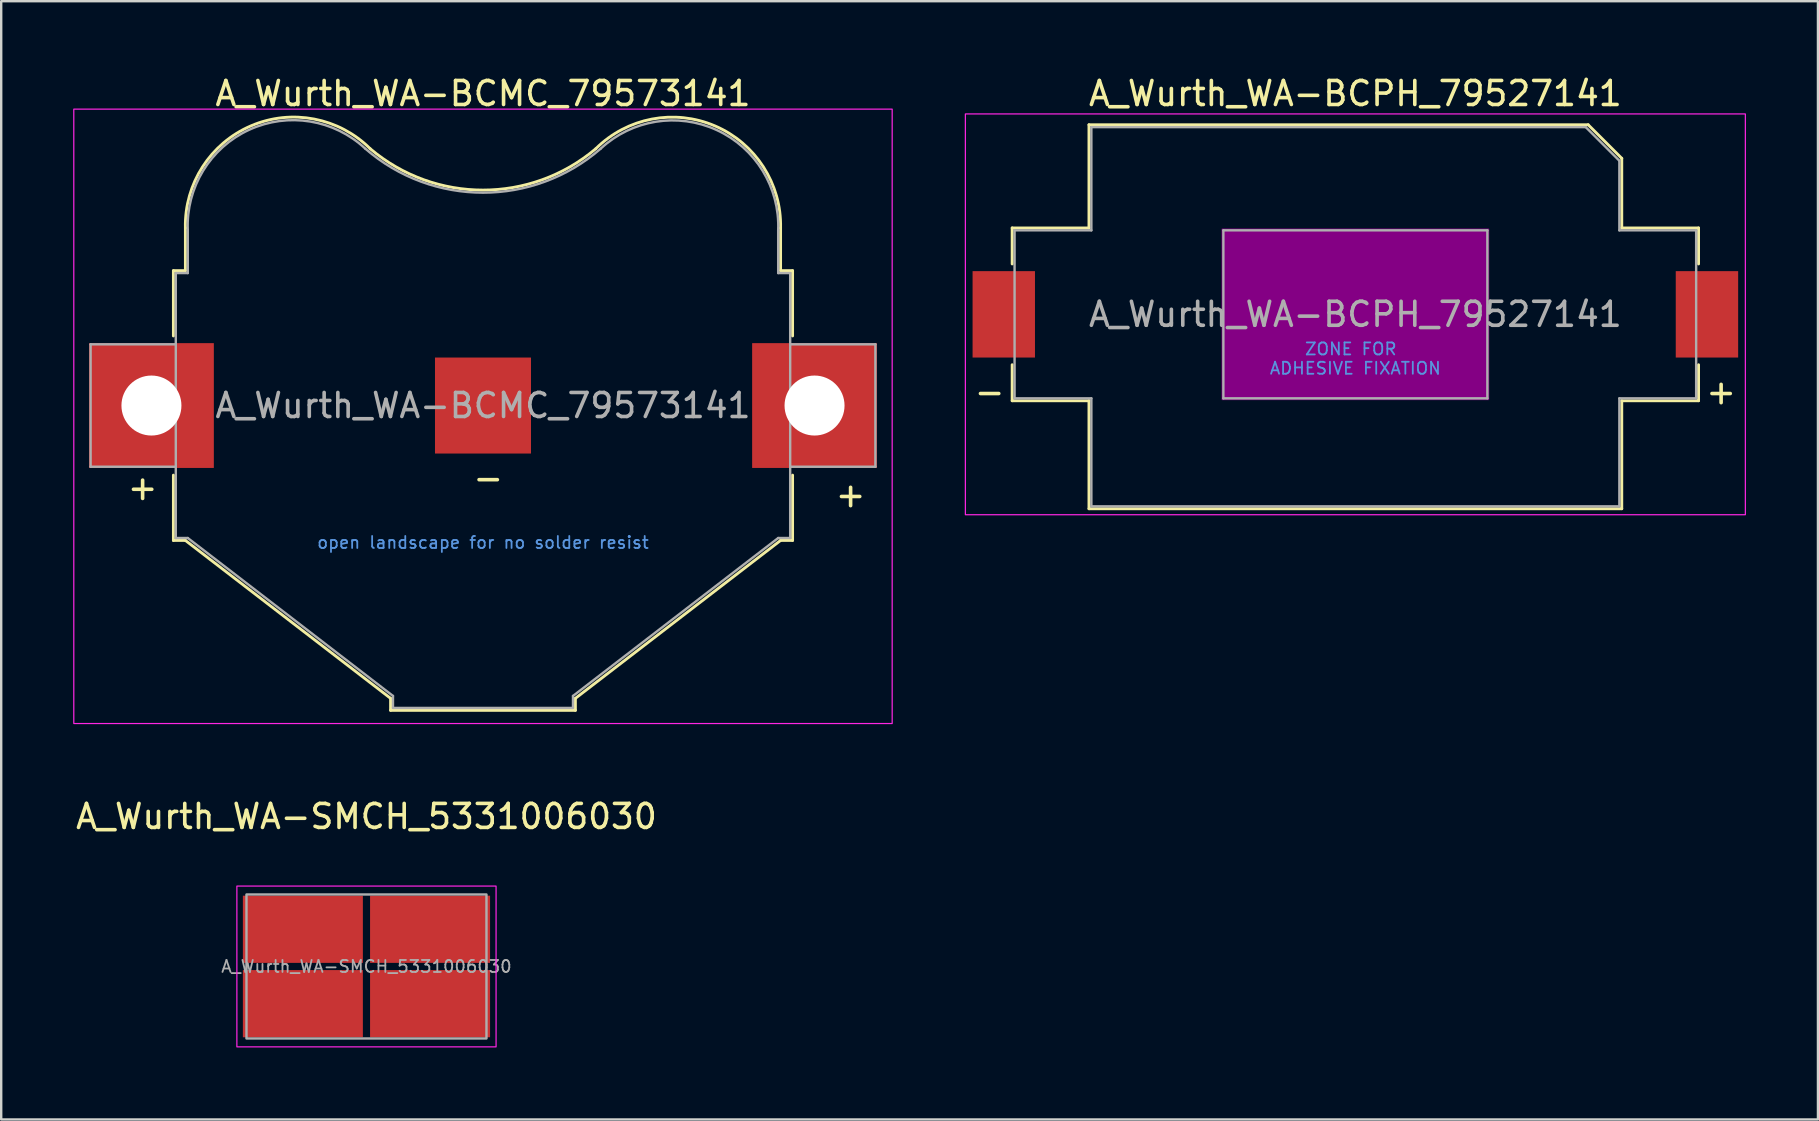
<source format=kicad_pcb>
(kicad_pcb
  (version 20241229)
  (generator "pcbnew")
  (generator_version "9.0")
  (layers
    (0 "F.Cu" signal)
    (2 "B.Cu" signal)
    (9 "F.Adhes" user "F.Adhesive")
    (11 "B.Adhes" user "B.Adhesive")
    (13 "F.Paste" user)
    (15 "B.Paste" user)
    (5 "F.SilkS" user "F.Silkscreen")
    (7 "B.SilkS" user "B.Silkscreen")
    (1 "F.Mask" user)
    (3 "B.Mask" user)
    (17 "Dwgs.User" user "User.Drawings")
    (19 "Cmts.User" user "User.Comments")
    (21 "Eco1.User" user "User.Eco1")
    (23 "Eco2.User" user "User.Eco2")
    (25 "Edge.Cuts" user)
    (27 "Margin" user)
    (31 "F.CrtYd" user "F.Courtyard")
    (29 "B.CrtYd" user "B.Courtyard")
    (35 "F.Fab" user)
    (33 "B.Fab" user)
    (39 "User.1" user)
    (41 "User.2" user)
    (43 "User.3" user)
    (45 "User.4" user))
  (footprint "A_Wurth_WA-BCMC_79573141"
    (layer "F.Cu")
    (at 17.075 13.848)
    (property "Reference" "A_Wurth_WA-BCMC_79573141" (at 0 -13 0) (unlocked yes) (layer "F.SilkS") (effects (font (size 1 1) (thickness 0.15))))
    (attr smd)
    (fp_poly (pts (xy -7.509 -11.923) (xy -7.504 -11.923) (xy -7.092 -11.866) (xy -7.087 -11.865) (xy -6.682 -11.769) (xy -6.678 -11.767) (xy -6.283 -11.633) (xy -6.279 -11.632) (xy -5.899 -11.461) (xy -5.895 -11.459) (xy -5.533 -11.253) (xy -5.529 -11.25) (xy -5.188 -11.011) (xy -5.184 -11.008) (xy -4.869 -10.739) (xy -4.018 -10.101) (xy -3.562 -9.83) (xy -3.088 -9.593) (xy -2.598 -9.389) (xy -2.094 -9.222) (xy -1.58 -9.09) (xy -1.058 -8.996) (xy -0.53 -8.939) (xy 0 -8.92) (xy 0.53 -8.939) (xy 1.058 -8.996) (xy 1.58 -9.09) (xy 2.094 -9.222) (xy 2.598 -9.389) (xy 3.088 -9.593) (xy 3.562 -9.83) (xy 4.019 -10.101) (xy 4.454 -10.404) (xy 4.869 -10.739) (xy 4.865 -10.735) (xy 4.87 -10.74) (xy 5.531 -11.248) (xy 5.896 -11.454) (xy 5.9 -11.456) (xy 6.28 -11.626) (xy 6.284 -11.627) (xy 6.678 -11.76) (xy 6.683 -11.761) (xy 7.087 -11.856) (xy 7.092 -11.857) (xy 7.504 -11.914) (xy 7.508 -11.914) (xy 7.924 -11.931) (xy 7.929 -11.931) (xy 8.344 -11.909) (xy 8.348 -11.909) (xy 8.76 -11.848) (xy 8.764 -11.847) (xy 9.168 -11.747) (xy 9.172 -11.746) (xy 9.565 -11.609) (xy 9.569 -11.607) (xy 9.947 -11.434) (xy 9.951 -11.431) (xy 10.311 -11.223) (xy 10.315 -11.22) (xy 10.653 -10.979) (xy 10.657 -10.976) (xy 10.971 -10.704) (xy 10.974 -10.701) (xy 11.262 -10.4) (xy 11.265 -10.396) (xy 11.522 -10.07) (xy 11.525 -10.066) (xy 11.75 -9.717) (xy 11.753 -9.713) (xy 11.944 -9.344) (xy 11.946 -9.34) (xy 12.102 -8.954) (xy 12.104 -8.95) (xy 12.222 -8.551) (xy 12.224 -8.547) (xy 12.304 -8.139) (xy 12.305 -8.134) (xy 12.347 -7.721) (xy 12.347 -7.716) (xy 12.35 -7.35) (xy 12.35 -7.35) (xy 12.35 -7.3) (xy 12.35 -7.25) (xy 12.35 -7.25) (xy 12.35 -5.57) (xy 12.85 -5.57) (xy 12.85 5.57) (xy 12.317 5.57) (xy 3.8 12.125) (xy 3.8 12.65) (xy -3.8 12.65) (xy -3.8 12.125) (xy -12.317 5.57) (xy -12.85 5.57) (xy -12.85 -5.57) (xy -12.35 -5.57) (xy -12.35 -7.3) (xy -12.349 -7.717) (xy -12.349 -7.721) (xy -12.308 -8.136) (xy -12.307 -8.14) (xy -12.228 -8.549) (xy -12.227 -8.554) (xy -12.109 -8.953) (xy -12.107 -8.958) (xy -11.952 -9.344) (xy -11.95 -9.348) (xy -11.759 -9.718) (xy -11.757 -9.722) (xy -11.531 -10.073) (xy -11.529 -10.077) (xy -11.271 -10.404) (xy -11.268 -10.408) (xy -10.981 -10.709) (xy -10.977 -10.712) (xy -10.663 -10.985) (xy -10.659 -10.988) (xy -10.32 -11.23) (xy -10.316 -11.233) (xy -9.956 -11.442) (xy -9.952 -11.444) (xy -9.574 -11.618) (xy -9.569 -11.62) (xy -9.176 -11.757) (xy -9.172 -11.758) (xy -8.767 -11.858) (xy -8.763 -11.859) (xy -8.351 -11.919) (xy -8.346 -11.92) (xy -7.93 -11.941) (xy -7.925 -11.941)) (stroke (width 0) (type default)) (fill yes) (layer "F.Mask"))
    (fp_line (start -12.9 -5.62) (end -12.4 -5.62) (stroke (width 0.12) (type solid)) (layer "F.SilkS"))
    (fp_line (start -12.9 -2.9) (end -12.9 -5.62) (stroke (width 0.12) (type solid)) (layer "F.SilkS"))
    (fp_line (start -12.9 2.9) (end -12.9 5.62) (stroke (width 0.12) (type solid)) (layer "F.SilkS"))
    (fp_line (start -12.9 5.62) (end -12.4 5.62) (stroke (width 0.12) (type solid)) (layer "F.SilkS"))
    (fp_line (start -12.4 -5.62) (end -12.4 -7.4) (stroke (width 0.12) (type solid)) (layer "F.SilkS"))
    (fp_line (start -12.4 5.62) (end -3.85 12.2) (stroke (width 0.12) (type solid)) (layer "F.SilkS"))
    (fp_line (start -3.85 12.2) (end -3.85 12.7) (stroke (width 0.12) (type solid)) (layer "F.SilkS"))
    (fp_line (start -3.85 12.7) (end 3.85 12.7) (stroke (width 0.12) (type solid)) (layer "F.SilkS"))
    (fp_line (start 3.85 12.2) (end 12.4 5.62) (stroke (width 0.12) (type solid)) (layer "F.SilkS"))
    (fp_line (start 3.85 12.7) (end 3.85 12.2) (stroke (width 0.12) (type solid)) (layer "F.SilkS"))
    (fp_line (start 12.4 -5.62) (end 12.4 -7.4) (stroke (width 0.12) (type solid)) (layer "F.SilkS"))
    (fp_line (start 12.4 5.62) (end 12.9 5.62) (stroke (width 0.12) (type solid)) (layer "F.SilkS"))
    (fp_line (start 12.9 -5.62) (end 12.4 -5.62) (stroke (width 0.12) (type solid)) (layer "F.SilkS"))
    (fp_line (start 12.9 -2.9) (end 12.9 -5.62) (stroke (width 0.12) (type solid)) (layer "F.SilkS"))
    (fp_line (start 12.9 5.62) (end 12.9 2.9) (stroke (width 0.12) (type solid)) (layer "F.SilkS"))
    (fp_arc (start -12.4 -7.4) (mid -9.665801 -11.653537) (end -4.699999 -10.7) (stroke (width 0.12) (type solid)) (layer "F.SilkS"))
    (fp_arc (start 4.699998 -10.699999) (mid 9.664767 -11.651127) (end 12.4 -7.4) (stroke (width 0.12) (type solid)) (layer "F.SilkS"))
    (fp_arc (start 4.699999 -10.699999) (mid -0.000001 -8.977277) (end -4.7 -10.7) (stroke (width 0.12) (type solid)) (layer "F.SilkS"))
    (fp_rect (start -17.05 -12.35) (end 17.05 13.25) (stroke (width 0.05) (type default)) (fill no) (layer "F.CrtYd"))
    (fp_line (start -16.35 -2.55) (end -12.8 -2.55) (stroke (width 0.1) (type solid)) (layer "F.Fab"))
    (fp_line (start -16.35 2.55) (end -16.35 -2.55) (stroke (width 0.1) (type solid)) (layer "F.Fab"))
    (fp_line (start -12.8 -5.52) (end -12.8 -2.55) (stroke (width 0.1) (type solid)) (layer "F.Fab"))
    (fp_line (start -12.8 -5.52) (end -12.3 -5.52) (stroke (width 0.1) (type solid)) (layer "F.Fab"))
    (fp_line (start -12.8 -2.55) (end -12.8 2.55) (stroke (width 0.1) (type solid)) (layer "F.Fab"))
    (fp_line (start -12.8 2.55) (end -16.35 2.55) (stroke (width 0.1) (type solid)) (layer "F.Fab"))
    (fp_line (start -12.8 2.55) (end -12.8 5.52) (stroke (width 0.1) (type solid)) (layer "F.Fab"))
    (fp_line (start -12.8 5.52) (end -12.3 5.52) (stroke (width 0.1) (type solid)) (layer "F.Fab"))
    (fp_line (start -12.3 -5.52) (end -12.3 -7.3) (stroke (width 0.1) (type solid)) (layer "F.Fab"))
    (fp_line (start -3.75 12.1) (end -12.3 5.52) (stroke (width 0.1) (type solid)) (layer "F.Fab"))
    (fp_line (start -3.75 12.6) (end -3.75 12.1) (stroke (width 0.1) (type solid)) (layer "F.Fab"))
    (fp_line (start -3.75 12.6) (end 3.75 12.6) (stroke (width 0.1) (type solid)) (layer "F.Fab"))
    (fp_line (start 3.75 12.1) (end 12.3 5.52) (stroke (width 0.1) (type solid)) (layer "F.Fab"))
    (fp_line (start 3.75 12.6) (end 3.75 12.1) (stroke (width 0.1) (type solid)) (layer "F.Fab"))
    (fp_line (start 12.3 -5.52) (end 12.3 -7.3) (stroke (width 0.1) (type solid)) (layer "F.Fab"))
    (fp_line (start 12.3 -5.52) (end 12.8 -5.52) (stroke (width 0.1) (type solid)) (layer "F.Fab"))
    (fp_line (start 12.3 5.52) (end 12.8 5.52) (stroke (width 0.1) (type solid)) (layer "F.Fab"))
    (fp_line (start 12.8 -5.52) (end 12.8 -2.55) (stroke (width 0.1) (type solid)) (layer "F.Fab"))
    (fp_line (start 12.8 -2.55) (end 12.8 2.55) (stroke (width 0.1) (type solid)) (layer "F.Fab"))
    (fp_line (start 12.8 -2.55) (end 16.35 -2.55) (stroke (width 0.1) (type solid)) (layer "F.Fab"))
    (fp_line (start 12.8 2.55) (end 12.8 5.52) (stroke (width 0.1) (type solid)) (layer "F.Fab"))
    (fp_line (start 16.35 -2.55) (end 16.35 2.55) (stroke (width 0.1) (type solid)) (layer "F.Fab"))
    (fp_line (start 16.35 2.55) (end 12.8 2.55) (stroke (width 0.1) (type solid)) (layer "F.Fab"))
    (fp_arc (start -12.3 -7.3) (mid -9.744021 -11.489931) (end -4.899998 -10.7) (stroke (width 0.1) (type solid)) (layer "F.Fab"))
    (fp_arc (start 4.899999 -10.7) (mid 9.739174 -11.479381) (end 12.3 -7.3) (stroke (width 0.1) (type solid)) (layer "F.Fab"))
    (fp_arc (start 4.9 -10.7) (mid 0.000001 -8.870025) (end -4.899999 -10.699999) (stroke (width 0.1) (type solid)) (layer "F.Fab"))
    (fp_text user "+" (at 14.6 4.3 0) (layer "F.SilkS") (effects (font (size 1 1) (thickness 0.15)) (justify left bottom)))
    (fp_text user "+" (at -14.9 4 0) (layer "F.SilkS") (effects (font (size 1 1) (thickness 0.15)) (justify left bottom)))
    (fp_text user "-" (at -0.5 3.6 0) (layer "F.SilkS") (effects (font (size 1 1) (thickness 0.15)) (justify left bottom)))
    (fp_text user "open landscape for no solder resist" (at 0 6 0) (layer "Cmts.User") (effects (font (size 0.5 0.5) (thickness 0.075)) (justify bottom)))
    (fp_text user "${REFERENCE}" (at 0 0 0) (unlocked yes) (layer "F.Fab") (effects (font (size 1 1) (thickness 0.15))))
    (pad "" np_thru_hole circle (at -13.815 0) (size 2.5 2.5) (drill 2.5) (layers "*.Cu" "*.Mask"))
    (pad "" np_thru_hole circle (at 13.815 0) (size 2.5 2.5) (drill 2.5) (layers "*.Cu" "*.Mask"))
    (pad "+" smd rect (at -13.815 0) (size 5.2 5.2) (layers "F.Cu" "F.Mask" "F.Paste"))
    (pad "+" smd rect (at 13.815 0) (size 5.2 5.2) (layers "F.Cu" "F.Mask" "F.Paste"))
    (pad "-" smd rect (at 0 0) (size 4 4) (layers "F.Cu" "F.Mask" "F.Paste")))
  (footprint "A_Wurth_WA-SMCH_5331006030"
    (layer "F.Cu")
    (at 12.22 37.221)
    (property "Reference" "A_Wurth_WA-SMCH_5331006030" (at 0 -6.25 0) (unlocked yes) (layer "F.SilkS") (effects (font (size 1 1) (thickness 0.15))))
    (attr smd)
    (fp_rect (start -5.15 -2.95) (end 5.15 2.95) (stroke (width 0.05) (type solid)) (fill yes) (layer "F.Mask"))
    (fp_rect (start -5.4 -3.35) (end 5.4 3.35) (stroke (width 0.05) (type default)) (fill no) (layer "F.CrtYd"))
    (fp_rect (start -5 -3) (end 5 3) (stroke (width 0.1) (type solid)) (fill no) (layer "F.Fab"))
    (fp_text user "${REFERENCE}" (at 0 0 0) (unlocked yes) (layer "F.Fab") (effects (font (size 0.5 0.5) (thickness 0.075))))
    (pad "" smd rect (at -2.65 -1.55) (size 4.8 2.6) (layers "F.Paste"))
    (pad "" smd rect (at -2.65 1.55) (size 4.8 2.6) (layers "F.Paste"))
    (pad "" smd rect (at 2.65 -1.55) (size 4.8 2.6) (layers "F.Paste"))
    (pad "" smd rect (at 2.65 1.55) (size 4.8 2.6) (layers "F.Paste"))
    (pad "1" smd rect (at -2.65 -1.55) (size 5 2.8) (layers "F.Cu"))
    (pad "1" smd rect (at -2.65 1.55) (size 5 2.8) (layers "F.Cu"))
    (pad "1" smd rect (at 2.65 -1.55) (size 5 2.8) (layers "F.Cu"))
    (pad "1" smd rect (at 2.65 1.55) (size 5 2.8) (layers "F.Cu")))
  (footprint "A_Wurth_WA-BCPH_79527141"
    (layer "F.Cu")
    (at 53.425 10.048)
    (property "Reference" "A_Wurth_WA-BCPH_79527141" (at 0 -9.2 0) (unlocked yes) (layer "F.SilkS") (effects (font (size 1 1) (thickness 0.15))))
    (attr smd)
    (fp_line (start -14.3 -3.6) (end -14.3 -2.1) (stroke (width 0.12) (type solid)) (layer "F.SilkS"))
    (fp_line (start -14.3 -3.6) (end -11.1 -3.6) (stroke (width 0.12) (type solid)) (layer "F.SilkS"))
    (fp_line (start -14.3 3.6) (end -14.3 2.1) (stroke (width 0.12) (type solid)) (layer "F.SilkS"))
    (fp_line (start -11.1 -7.9) (end 9.7 -7.9) (stroke (width 0.12) (type solid)) (layer "F.SilkS"))
    (fp_line (start -11.1 -3.6) (end -11.1 -7.9) (stroke (width 0.12) (type solid)) (layer "F.SilkS"))
    (fp_line (start -11.1 3.6) (end -14.3 3.6) (stroke (width 0.12) (type solid)) (layer "F.SilkS"))
    (fp_line (start -11.1 8.1) (end -11.1 3.6) (stroke (width 0.12) (type solid)) (layer "F.SilkS"))
    (fp_line (start 9.7 -7.9) (end 11.1 -6.5) (stroke (width 0.12) (type solid)) (layer "F.SilkS"))
    (fp_line (start 11.1 -6.5) (end 11.1 -3.6) (stroke (width 0.12) (type solid)) (layer "F.SilkS"))
    (fp_line (start 11.1 -3.6) (end 14.3 -3.6) (stroke (width 0.12) (type solid)) (layer "F.SilkS"))
    (fp_line (start 11.1 3.6) (end 11.1 8.1) (stroke (width 0.12) (type solid)) (layer "F.SilkS"))
    (fp_line (start 11.1 8.1) (end -11.1 8.1) (stroke (width 0.12) (type solid)) (layer "F.SilkS"))
    (fp_line (start 14.3 -3.6) (end 14.3 -2.1) (stroke (width 0.12) (type solid)) (layer "F.SilkS"))
    (fp_line (start 14.3 2.1) (end 14.3 3.6) (stroke (width 0.12) (type solid)) (layer "F.SilkS"))
    (fp_line (start 14.3 3.6) (end 11.1 3.6) (stroke (width 0.12) (type solid)) (layer "F.SilkS"))
    (fp_poly (pts (xy 5.55 3.55) (xy -5.55 3.55) (xy -5.55 -3.55) (xy 5.55 -3.55)) (stroke (width 0.05) (type default)) (fill yes) (layer "F.Adhes"))
    (fp_rect (start -16.25 -8.35) (end 16.25 8.35) (stroke (width 0.05) (type default)) (fill no) (layer "F.CrtYd"))
    (fp_line (start -14.2 -3.5) (end -11 -3.5) (stroke (width 0.1) (type solid)) (layer "F.Fab"))
    (fp_line (start -14.2 3.5) (end -14.2 -3.5) (stroke (width 0.1) (type solid)) (layer "F.Fab"))
    (fp_line (start -14.2 3.5) (end -11 3.5) (stroke (width 0.1) (type solid)) (layer "F.Fab"))
    (fp_line (start -11 -7.8) (end 9.6 -7.8) (stroke (width 0.1) (type solid)) (layer "F.Fab"))
    (fp_line (start -11 -3.5) (end -11 -7.8) (stroke (width 0.1) (type solid)) (layer "F.Fab"))
    (fp_line (start -11 3.5) (end -11 8) (stroke (width 0.1) (type solid)) (layer "F.Fab"))
    (fp_line (start -11 8) (end 11 8) (stroke (width 0.1) (type solid)) (layer "F.Fab"))
    (fp_line (start -5.5 -3.5) (end 5.5 -3.5) (stroke (width 0.1) (type solid)) (layer "F.Fab"))
    (fp_line (start -5.5 3.5) (end -5.5 -3.5) (stroke (width 0.1) (type solid)) (layer "F.Fab"))
    (fp_line (start 5.5 -3.5) (end 5.5 3.5) (stroke (width 0.1) (type solid)) (layer "F.Fab"))
    (fp_line (start 5.5 3.5) (end -5.5 3.5) (stroke (width 0.1) (type solid)) (layer "F.Fab"))
    (fp_line (start 9.6 -7.8) (end 11 -6.4) (stroke (width 0.1) (type solid)) (layer "F.Fab"))
    (fp_line (start 11 -6.4) (end 11 -3.5) (stroke (width 0.1) (type solid)) (layer "F.Fab"))
    (fp_line (start 11 -3.5) (end 14.2 -3.5) (stroke (width 0.1) (type solid)) (layer "F.Fab"))
    (fp_line (start 11 8) (end 11 3.5) (stroke (width 0.1) (type solid)) (layer "F.Fab"))
    (fp_line (start 14.2 -3.5) (end 14.2 3.5) (stroke (width 0.1) (type solid)) (layer "F.Fab"))
    (fp_line (start 14.2 3.5) (end 11 3.5) (stroke (width 0.1) (type solid)) (layer "F.Fab"))
    (fp_text user "+" (at 15.24 3.81 0) (layer "F.SilkS") (effects (font (size 1 1) (thickness 0.15)) (justify bottom)))
    (fp_text user "-" (at -15.24 3.81 0) (layer "F.SilkS") (effects (font (size 1 1) (thickness 0.15)) (justify bottom)))
    (fp_text user "ZONE FOR \nADHESIVE FIXATION" (at 0 2.54 0) (layer "Cmts.User") (effects (font (size 0.5 0.5) (thickness 0.075)) (justify bottom)))
    (fp_text user "${REFERENCE}" (at 0 0 0) (unlocked yes) (layer "F.Fab") (effects (font (size 1 1) (thickness 0.15))))
    (pad "+" smd rect (at 14.65 0) (size 2.6 3.6) (layers "F.Cu" "F.Mask" "F.Paste"))
    (pad "-" smd rect (at -14.65 0) (size 2.6 3.6) (layers "F.Cu" "F.Mask" "F.Paste")))
  (gr_rect
    (start -3 -3)
    (end 72.7 43.596)
    (stroke (width 0.1) (type default))
    (fill no)
    (layer "Edge.Cuts")))
</source>
